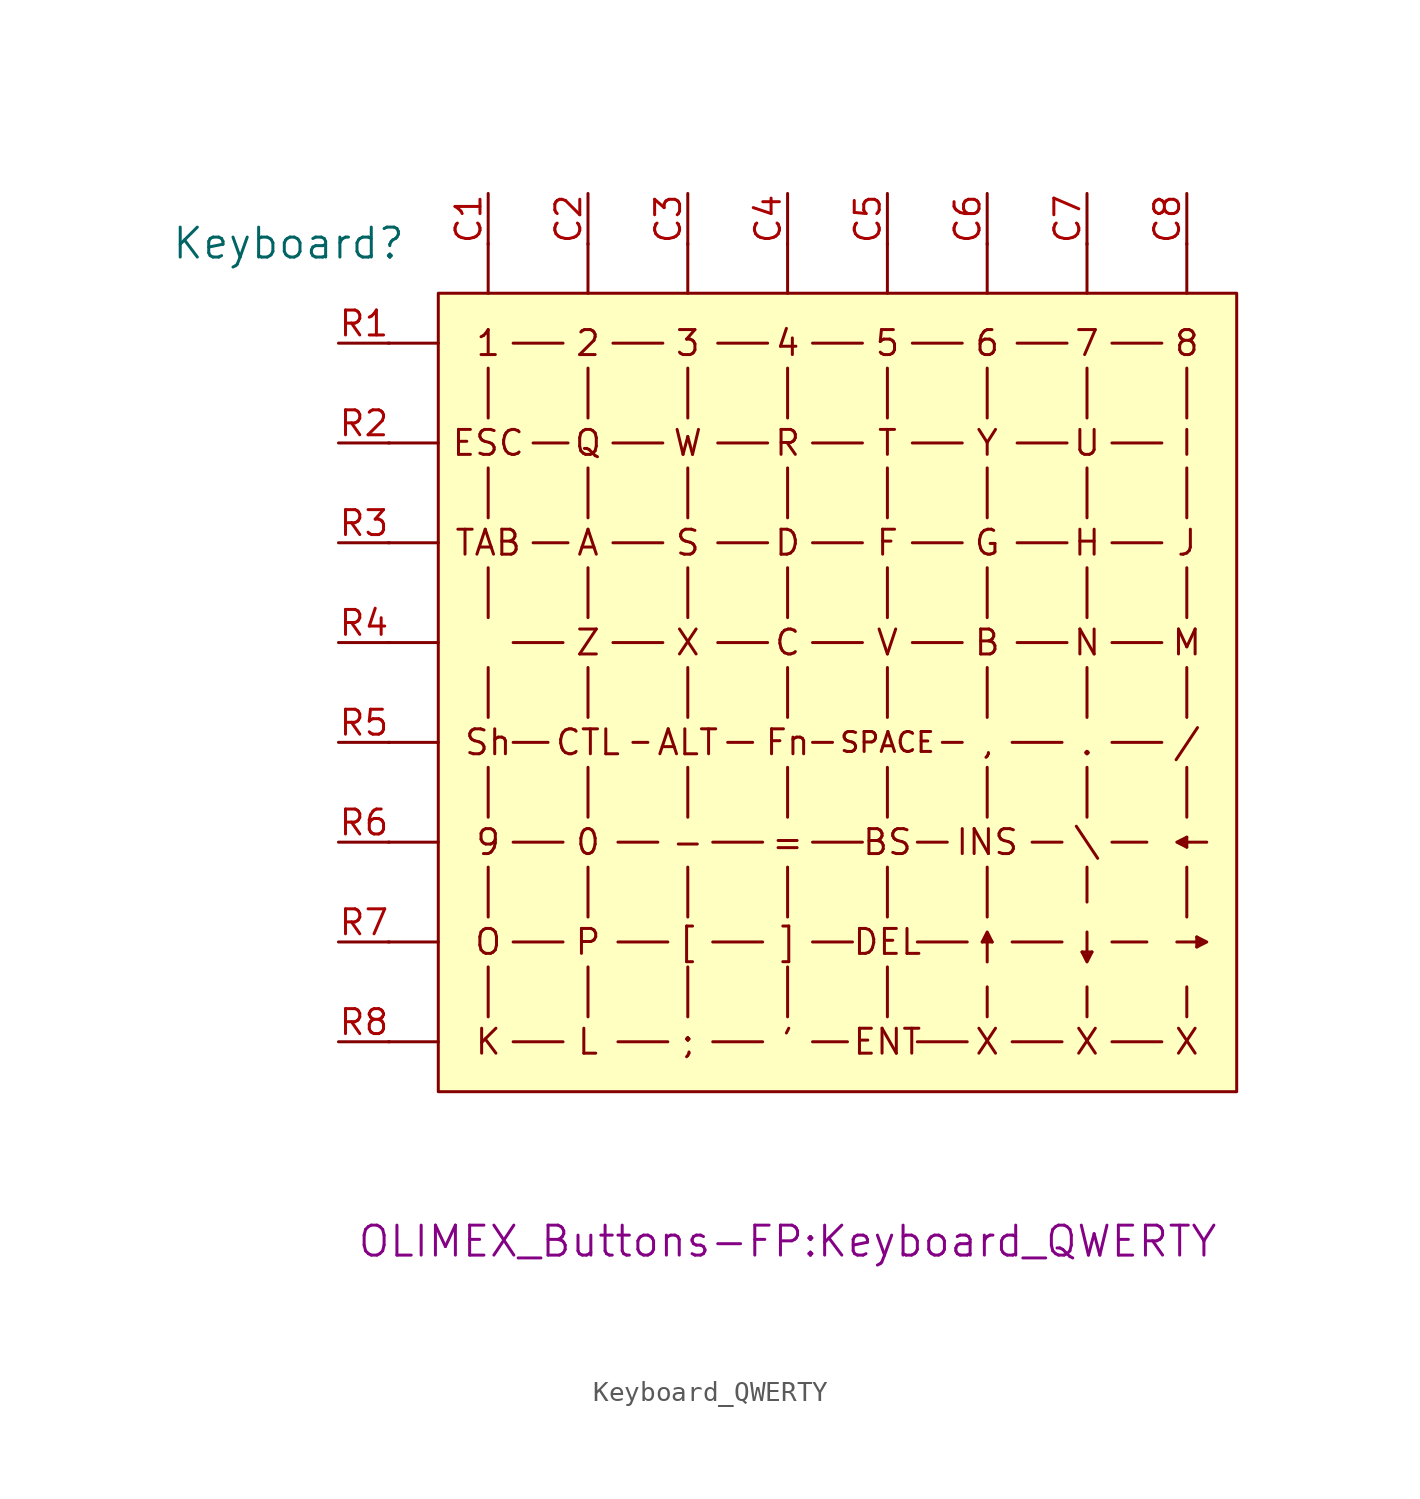
<source format=kicad_sym>
(kicad_symbol_lib
  (version 20220914)
  (generator kicad_symbol_editor)
  (symbol "Keyboard_QWERTY"
    (pin_names
      (offset 1.016))
    (property "Reference" "Keyboard"
      (at -25.4 20.32 0)
      (effects (font (size 1.524 1.524))))
    (property "Footprint" "OLIMEX_Buttons-FP:Keyboard_QWERTY"
      (at 0 -30.48 0)
      (effects (font (size 1.524 1.524))))
    (symbol "Keyboard_QWERTY_1_1"
      (rectangle (start -17.78 17.78) (end 22.86 -22.86) (stroke (width 0) (type default)) (fill (type background)))
      (polyline (pts (xy -20.32 -20.32) (xy -17.78 -20.32)) (stroke (width 0) (type default)) (fill (type none)))
      (polyline (pts (xy -20.32 -15.24) (xy -17.78 -15.24)) (stroke (width 0) (type default)) (fill (type none)))
      (polyline (pts (xy -20.32 -10.16) (xy -17.78 -10.16)) (stroke (width 0) (type default)) (fill (type none)))
      (polyline (pts (xy -20.32 -5.08) (xy -17.78 -5.08)) (stroke (width 0) (type default)) (fill (type none)))
      (polyline (pts (xy -20.32 0) (xy -17.78 0)) (stroke (width 0) (type default)) (fill (type none)))
      (polyline (pts (xy -20.32 5.08) (xy -17.78 5.08)) (stroke (width 0) (type default)) (fill (type none)))
      (polyline (pts (xy -20.32 10.16) (xy -17.78 10.16)) (stroke (width 0) (type default)) (fill (type none)))
      (polyline (pts (xy -20.32 15.24) (xy -17.78 15.24)) (stroke (width 0) (type default)) (fill (type none)))
      (polyline (pts (xy -15.24 -19.05) (xy -15.24 -16.51)) (stroke (width 0) (type default)) (fill (type none)))
      (polyline (pts (xy -15.24 -13.97) (xy -15.24 -11.43)) (stroke (width 0) (type default)) (fill (type none)))
      (polyline (pts (xy -15.24 -8.89) (xy -15.24 -6.35)) (stroke (width 0) (type default)) (fill (type none)))
      (polyline (pts (xy -15.24 -3.81) (xy -15.24 -1.27)) (stroke (width 0) (type default)) (fill (type none)))
      (polyline (pts (xy -15.24 1.27) (xy -15.24 3.81)) (stroke (width 0) (type default)) (fill (type none)))
      (polyline (pts (xy -15.24 6.35) (xy -15.24 8.89)) (stroke (width 0) (type default)) (fill (type none)))
      (polyline (pts (xy -15.24 11.43) (xy -15.24 13.97)) (stroke (width 0) (type default)) (fill (type none)))
      (polyline (pts (xy -15.24 20.32) (xy -15.24 17.78)) (stroke (width 0) (type default)) (fill (type none)))
      (polyline (pts (xy -13.97 -20.32) (xy -11.43 -20.32)) (stroke (width 0) (type default)) (fill (type none)))
      (polyline (pts (xy -13.97 -15.24) (xy -11.43 -15.24)) (stroke (width 0) (type default)) (fill (type none)))
      (polyline (pts (xy -13.97 -10.16) (xy -11.43 -10.16)) (stroke (width 0) (type default)) (fill (type none)))
      (polyline (pts (xy -13.97 -5.08) (xy -12.192 -5.08)) (stroke (width 0) (type default)) (fill (type none)))
      (polyline (pts (xy -13.97 0) (xy -11.43 0)) (stroke (width 0) (type default)) (fill (type none)))
      (polyline (pts (xy -13.97 15.24) (xy -11.43 15.24)) (stroke (width 0) (type default)) (fill (type none)))
      (polyline (pts (xy -12.954 5.08) (xy -11.176 5.08)) (stroke (width 0) (type default)) (fill (type none)))
      (polyline (pts (xy -12.954 10.16) (xy -11.176 10.16)) (stroke (width 0) (type default)) (fill (type none)))
      (polyline (pts (xy -10.16 -19.05) (xy -10.16 -16.51)) (stroke (width 0) (type default)) (fill (type none)))
      (polyline (pts (xy -10.16 -13.97) (xy -10.16 -11.43)) (stroke (width 0) (type default)) (fill (type none)))
      (polyline (pts (xy -10.16 -8.89) (xy -10.16 -6.35)) (stroke (width 0) (type default)) (fill (type none)))
      (polyline (pts (xy -10.16 -3.81) (xy -10.16 -1.27)) (stroke (width 0) (type default)) (fill (type none)))
      (polyline (pts (xy -10.16 1.27) (xy -10.16 3.81)) (stroke (width 0) (type default)) (fill (type none)))
      (polyline (pts (xy -10.16 6.35) (xy -10.16 8.89)) (stroke (width 0) (type default)) (fill (type none)))
      (polyline (pts (xy -10.16 11.43) (xy -10.16 13.97)) (stroke (width 0) (type default)) (fill (type none)))
      (polyline (pts (xy -10.16 20.32) (xy -10.16 17.78)) (stroke (width 0) (type default)) (fill (type none)))
      (polyline (pts (xy -8.89 0) (xy -6.35 0)) (stroke (width 0) (type default)) (fill (type none)))
      (polyline (pts (xy -8.89 5.08) (xy -6.35 5.08)) (stroke (width 0) (type default)) (fill (type none)))
      (polyline (pts (xy -8.89 10.16) (xy -6.35 10.16)) (stroke (width 0) (type default)) (fill (type none)))
      (polyline (pts (xy -8.89 15.24) (xy -6.35 15.24)) (stroke (width 0) (type default)) (fill (type none)))
      (polyline (pts (xy -8.636 -20.32) (xy -6.096 -20.32)) (stroke (width 0) (type default)) (fill (type none)))
      (polyline (pts (xy -8.636 -15.24) (xy -6.096 -15.24)) (stroke (width 0) (type default)) (fill (type none)))
      (polyline (pts (xy -8.636 -10.16) (xy -6.604 -10.16)) (stroke (width 0) (type default)) (fill (type none)))
      (polyline (pts (xy -7.874 -5.08) (xy -7.112 -5.08)) (stroke (width 0) (type default)) (fill (type none)))
      (polyline (pts (xy -5.08 -19.05) (xy -5.08 -16.51)) (stroke (width 0) (type default)) (fill (type none)))
      (polyline (pts (xy -5.08 -13.97) (xy -5.08 -11.43)) (stroke (width 0) (type default)) (fill (type none)))
      (polyline (pts (xy -5.08 -8.89) (xy -5.08 -6.35)) (stroke (width 0) (type default)) (fill (type none)))
      (polyline (pts (xy -5.08 -3.81) (xy -5.08 -1.27)) (stroke (width 0) (type default)) (fill (type none)))
      (polyline (pts (xy -5.08 1.27) (xy -5.08 3.81)) (stroke (width 0) (type default)) (fill (type none)))
      (polyline (pts (xy -5.08 6.35) (xy -5.08 8.89)) (stroke (width 0) (type default)) (fill (type none)))
      (polyline (pts (xy -5.08 11.43) (xy -5.08 13.97)) (stroke (width 0) (type default)) (fill (type none)))
      (polyline (pts (xy -5.08 20.32) (xy -5.08 17.78)) (stroke (width 0) (type default)) (fill (type none)))
      (polyline (pts (xy -3.81 -20.32) (xy -1.27 -20.32)) (stroke (width 0) (type default)) (fill (type none)))
      (polyline (pts (xy -3.81 -15.24) (xy -1.27 -15.24)) (stroke (width 0) (type default)) (fill (type none)))
      (polyline (pts (xy -3.81 -10.16) (xy -1.27 -10.16)) (stroke (width 0) (type default)) (fill (type none)))
      (polyline (pts (xy -3.556 0) (xy -1.016 0)) (stroke (width 0) (type default)) (fill (type none)))
      (polyline (pts (xy -3.556 5.08) (xy -1.016 5.08)) (stroke (width 0) (type default)) (fill (type none)))
      (polyline (pts (xy -3.556 10.16) (xy -1.016 10.16)) (stroke (width 0) (type default)) (fill (type none)))
      (polyline (pts (xy -3.556 15.24) (xy -1.016 15.24)) (stroke (width 0) (type default)) (fill (type none)))
      (polyline (pts (xy -3.048 -5.08) (xy -1.778 -5.08)) (stroke (width 0) (type default)) (fill (type none)))
      (polyline (pts (xy 0 -19.05) (xy 0 -16.51)) (stroke (width 0) (type default)) (fill (type none)))
      (polyline (pts (xy 0 -13.97) (xy 0 -11.43)) (stroke (width 0) (type default)) (fill (type none)))
      (polyline (pts (xy 0 -8.89) (xy 0 -6.35)) (stroke (width 0) (type default)) (fill (type none)))
      (polyline (pts (xy 0 -3.81) (xy 0 -1.27)) (stroke (width 0) (type default)) (fill (type none)))
      (polyline (pts (xy 0 1.27) (xy 0 3.81)) (stroke (width 0) (type default)) (fill (type none)))
      (polyline (pts (xy 0 6.35) (xy 0 8.89)) (stroke (width 0) (type default)) (fill (type none)))
      (polyline (pts (xy 0 11.43) (xy 0 13.97)) (stroke (width 0) (type default)) (fill (type none)))
      (polyline (pts (xy 0 20.32) (xy 0 17.78)) (stroke (width 0) (type default)) (fill (type none)))
      (polyline (pts (xy 1.27 -20.32) (xy 3.048 -20.32)) (stroke (width 0) (type default)) (fill (type none)))
      (polyline (pts (xy 1.27 -15.24) (xy 3.302 -15.24)) (stroke (width 0) (type default)) (fill (type none)))
      (polyline (pts (xy 1.27 -10.16) (xy 3.81 -10.16)) (stroke (width 0) (type default)) (fill (type none)))
      (polyline (pts (xy 1.27 -5.08) (xy 2.286 -5.08)) (stroke (width 0) (type default)) (fill (type none)))
      (polyline (pts (xy 1.27 0) (xy 3.81 0)) (stroke (width 0) (type default)) (fill (type none)))
      (polyline (pts (xy 1.27 5.08) (xy 3.81 5.08)) (stroke (width 0) (type default)) (fill (type none)))
      (polyline (pts (xy 1.27 10.16) (xy 3.81 10.16)) (stroke (width 0) (type default)) (fill (type none)))
      (polyline (pts (xy 1.27 15.24) (xy 3.81 15.24)) (stroke (width 0) (type default)) (fill (type none)))
      (polyline (pts (xy 5.08 -19.05) (xy 5.08 -16.51)) (stroke (width 0) (type default)) (fill (type none)))
      (polyline (pts (xy 5.08 -13.97) (xy 5.08 -11.43)) (stroke (width 0) (type default)) (fill (type none)))
      (polyline (pts (xy 5.08 -8.89) (xy 5.08 -6.35)) (stroke (width 0) (type default)) (fill (type none)))
      (polyline (pts (xy 5.08 -3.81) (xy 5.08 -1.27)) (stroke (width 0) (type default)) (fill (type none)))
      (polyline (pts (xy 5.08 1.27) (xy 5.08 3.81)) (stroke (width 0) (type default)) (fill (type none)))
      (polyline (pts (xy 5.08 6.35) (xy 5.08 8.89)) (stroke (width 0) (type default)) (fill (type none)))
      (polyline (pts (xy 5.08 11.43) (xy 5.08 13.97)) (stroke (width 0) (type default)) (fill (type none)))
      (polyline (pts (xy 5.08 20.32) (xy 5.08 17.78)) (stroke (width 0) (type default)) (fill (type none)))
      (polyline (pts (xy 6.35 0) (xy 8.89 0)) (stroke (width 0) (type default)) (fill (type none)))
      (polyline (pts (xy 6.35 5.08) (xy 8.89 5.08)) (stroke (width 0) (type default)) (fill (type none)))
      (polyline (pts (xy 6.35 10.16) (xy 8.89 10.16)) (stroke (width 0) (type default)) (fill (type none)))
      (polyline (pts (xy 6.35 15.24) (xy 8.89 15.24)) (stroke (width 0) (type default)) (fill (type none)))
      (polyline (pts (xy 6.604 -20.32) (xy 9.144 -20.32)) (stroke (width 0) (type default)) (fill (type none)))
      (polyline (pts (xy 6.604 -15.24) (xy 9.144 -15.24)) (stroke (width 0) (type default)) (fill (type none)))
      (polyline (pts (xy 6.604 -10.16) (xy 8.128 -10.16)) (stroke (width 0) (type default)) (fill (type none)))
      (polyline (pts (xy 7.874 -5.08) (xy 8.89 -5.08)) (stroke (width 0) (type default)) (fill (type none)))
      (polyline (pts (xy 10.16 -19.05) (xy 10.16 -17.526)) (stroke (width 0) (type default)) (fill (type none)))
      (polyline (pts (xy 10.16 -14.986) (xy 9.906 -15.24)) (stroke (width 0) (type default)) (fill (type none)))
      (polyline (pts (xy 10.16 -14.986) (xy 10.414 -15.24)) (stroke (width 0) (type default)) (fill (type none)))
      (polyline (pts (xy 10.16 -13.97) (xy 10.16 -11.43)) (stroke (width 0) (type default)) (fill (type none)))
      (polyline (pts (xy 10.16 -8.89) (xy 10.16 -6.35)) (stroke (width 0) (type default)) (fill (type none)))
      (polyline (pts (xy 10.16 -3.81) (xy 10.16 -1.27)) (stroke (width 0) (type default)) (fill (type none)))
      (polyline (pts (xy 10.16 1.27) (xy 10.16 3.81)) (stroke (width 0) (type default)) (fill (type none)))
      (polyline (pts (xy 10.16 6.35) (xy 10.16 8.89)) (stroke (width 0) (type default)) (fill (type none)))
      (polyline (pts (xy 10.16 11.43) (xy 10.16 13.97)) (stroke (width 0) (type default)) (fill (type none)))
      (polyline (pts (xy 10.16 20.32) (xy 10.16 17.78)) (stroke (width 0) (type default)) (fill (type none)))
      (polyline (pts (xy 11.43 -20.32) (xy 13.97 -20.32)) (stroke (width 0) (type default)) (fill (type none)))
      (polyline (pts (xy 11.43 -15.24) (xy 13.97 -15.24)) (stroke (width 0) (type default)) (fill (type none)))
      (polyline (pts (xy 11.43 -5.08) (xy 13.97 -5.08)) (stroke (width 0) (type default)) (fill (type none)))
      (polyline (pts (xy 11.684 0) (xy 14.224 0)) (stroke (width 0) (type default)) (fill (type none)))
      (polyline (pts (xy 11.684 5.08) (xy 14.224 5.08)) (stroke (width 0) (type default)) (fill (type none)))
      (polyline (pts (xy 11.684 10.16) (xy 14.224 10.16)) (stroke (width 0) (type default)) (fill (type none)))
      (polyline (pts (xy 11.684 15.24) (xy 14.224 15.24)) (stroke (width 0) (type default)) (fill (type none)))
      (polyline (pts (xy 12.446 -10.16) (xy 13.97 -10.16)) (stroke (width 0) (type default)) (fill (type none)))
      (polyline (pts (xy 15.24 -19.05) (xy 15.24 -17.526)) (stroke (width 0) (type default)) (fill (type none)))
      (polyline (pts (xy 15.24 -16.002) (xy 14.986 -15.748)) (stroke (width 0) (type default)) (fill (type none)))
      (polyline (pts (xy 15.24 -16.002) (xy 15.494 -15.748)) (stroke (width 0) (type default)) (fill (type none)))
      (polyline (pts (xy 15.24 -13.208) (xy 15.24 -11.43)) (stroke (width 0) (type default)) (fill (type none)))
      (polyline (pts (xy 15.24 -8.89) (xy 15.24 -6.35)) (stroke (width 0) (type default)) (fill (type none)))
      (polyline (pts (xy 15.24 -3.81) (xy 15.24 -1.27)) (stroke (width 0) (type default)) (fill (type none)))
      (polyline (pts (xy 15.24 1.27) (xy 15.24 3.81)) (stroke (width 0) (type default)) (fill (type none)))
      (polyline (pts (xy 15.24 6.35) (xy 15.24 8.89)) (stroke (width 0) (type default)) (fill (type none)))
      (polyline (pts (xy 15.24 11.43) (xy 15.24 13.97)) (stroke (width 0) (type default)) (fill (type none)))
      (polyline (pts (xy 15.24 20.32) (xy 15.24 17.78)) (stroke (width 0) (type default)) (fill (type none)))
      (polyline (pts (xy 16.51 -20.32) (xy 19.05 -20.32)) (stroke (width 0) (type default)) (fill (type none)))
      (polyline (pts (xy 16.51 -15.24) (xy 18.288 -15.24)) (stroke (width 0) (type default)) (fill (type none)))
      (polyline (pts (xy 16.51 -10.16) (xy 18.288 -10.16)) (stroke (width 0) (type default)) (fill (type none)))
      (polyline (pts (xy 16.51 -5.08) (xy 19.05 -5.08)) (stroke (width 0) (type default)) (fill (type none)))
      (polyline (pts (xy 16.51 0) (xy 19.05 0)) (stroke (width 0) (type default)) (fill (type none)))
      (polyline (pts (xy 16.51 5.08) (xy 19.05 5.08)) (stroke (width 0) (type default)) (fill (type none)))
      (polyline (pts (xy 16.51 10.16) (xy 19.05 10.16)) (stroke (width 0) (type default)) (fill (type none)))
      (polyline (pts (xy 16.51 15.24) (xy 19.05 15.24)) (stroke (width 0) (type default)) (fill (type none)))
      (polyline (pts (xy 20.066 -10.16) (xy 20.32 -10.414)) (stroke (width 0) (type default)) (fill (type none)))
      (polyline (pts (xy 20.066 -10.16) (xy 20.32 -9.906)) (stroke (width 0) (type default)) (fill (type none)))
      (polyline (pts (xy 20.32 -19.05) (xy 20.32 -17.526)) (stroke (width 0) (type default)) (fill (type none)))
      (polyline (pts (xy 20.32 -13.97) (xy 20.32 -11.43)) (stroke (width 0) (type default)) (fill (type none)))
      (polyline (pts (xy 20.32 -8.89) (xy 20.32 -6.35)) (stroke (width 0) (type default)) (fill (type none)))
      (polyline (pts (xy 20.32 -3.81) (xy 20.32 -1.27)) (stroke (width 0) (type default)) (fill (type none)))
      (polyline (pts (xy 20.32 1.27) (xy 20.32 3.81)) (stroke (width 0) (type default)) (fill (type none)))
      (polyline (pts (xy 20.32 6.35) (xy 20.32 8.89)) (stroke (width 0) (type default)) (fill (type none)))
      (polyline (pts (xy 20.32 11.43) (xy 20.32 13.97)) (stroke (width 0) (type default)) (fill (type none)))
      (polyline (pts (xy 20.32 20.32) (xy 20.32 17.78)) (stroke (width 0) (type default)) (fill (type none)))
      (polyline (pts (xy 21.082 -15.24) (xy 20.828 -15.494)) (stroke (width 0) (type default)) (fill (type none)))
      (polyline (pts (xy 21.082 -15.24) (xy 20.828 -14.986)) (stroke (width 0) (type default)) (fill (type none)))
      (polyline (pts (xy 10.16 -16.256) (xy 10.16 -14.732) (xy 9.906 -15.24) (xy 10.414 -15.24) (xy 10.16 -14.732)) (stroke (width 0) (type default)) (fill (type none)))
      (polyline (pts (xy 15.24 -14.732) (xy 15.24 -16.256) (xy 15.494 -15.748) (xy 14.986 -15.748) (xy 15.24 -16.256)) (stroke (width 0) (type default)) (fill (type none)))
      (polyline (pts (xy 19.812 -15.24) (xy 21.336 -15.24) (xy 20.828 -14.986) (xy 20.828 -15.494) (xy 21.336 -15.24)) (stroke (width 0) (type default)) (fill (type none)))
      (polyline (pts (xy 21.336 -10.16) (xy 19.812 -10.16) (xy 20.32 -10.414) (xy 20.32 -9.906) (xy 19.812 -10.16)) (stroke (width 0) (type default)) (fill (type none)))
      (text "'" (at 0 -20.32 0) (effects (font (size 1.27 1.27))))
      (text "," (at 10.16 -5.08 0) (effects (font (size 1.27 1.27))))
      (text "-" (at -5.08 -10.16 0) (effects (font (size 1.27 1.27))))
      (text "." (at 15.24 -5.08 0) (effects (font (size 1.27 1.27))))
      (text "/" (at 20.32 -5.08 0) (effects (font (size 1.27 1.27))))
      (text "0" (at -10.16 -10.16 0) (effects (font (size 1.27 1.27))))
      (text "1" (at -15.24 15.24 0) (effects (font (size 1.27 1.27))))
      (text "2" (at -10.16 15.24 0) (effects (font (size 1.27 1.27))))
      (text "3" (at -5.08 15.24 0) (effects (font (size 1.27 1.27))))
      (text "4" (at 0 15.24 0) (effects (font (size 1.27 1.27))))
      (text "5" (at 5.08 15.24 0) (effects (font (size 1.27 1.27))))
      (text "6" (at 10.16 15.24 0) (effects (font (size 1.27 1.27))))
      (text "7" (at 15.24 15.24 0) (effects (font (size 1.27 1.27))))
      (text "8" (at 20.32 15.24 0) (effects (font (size 1.27 1.27))))
      (text "9" (at -15.24 -10.16 0) (effects (font (size 1.27 1.27))))
      (text ";" (at -5.08 -20.32 0) (effects (font (size 1.27 1.27))))
      (text "=" (at 0 -10.16 0) (effects (font (size 1.27 1.27))))
      (text "[" (at -5.08 -15.24 0) (effects (font (size 1.27 1.27))))
      (text "\\" (at 15.24 -10.16 0) (effects (font (size 1.27 1.27))))
      (text "]" (at 0 -15.24 0) (effects (font (size 1.27 1.27))))
      (text "A" (at -10.16 5.08 0) (effects (font (size 1.27 1.27))))
      (text "ALT" (at -5.08 -5.08 0) (effects (font (size 1.27 1.27))))
      (text "B" (at 10.16 0 0) (effects (font (size 1.27 1.27))))
      (text "BS" (at 5.08 -10.16 0) (effects (font (size 1.27 1.27))))
      (text "C" (at 0 0 0) (effects (font (size 1.27 1.27))))
      (text "CTL" (at -10.16 -5.08 0) (effects (font (size 1.27 1.27))))
      (text "D" (at 0 5.08 0) (effects (font (size 1.27 1.27))))
      (text "DEL" (at 5.08 -15.24 0) (effects (font (size 1.27 1.27))))
      (text "ENT" (at 5.08 -20.32 0) (effects (font (size 1.27 1.27))))
      (text "ESC" (at -15.24 10.16 0) (effects (font (size 1.27 1.27))))
      (text "F" (at 5.08 5.08 0) (effects (font (size 1.27 1.27))))
      (text "Fn" (at 0 -5.08 0) (effects (font (size 1.27 1.27))))
      (text "G" (at 10.16 5.08 0) (effects (font (size 1.27 1.27))))
      (text "H" (at 15.24 5.08 0) (effects (font (size 1.27 1.27))))
      (text "I" (at 20.32 10.16 0) (effects (font (size 1.27 1.27))))
      (text "INS" (at 10.16 -10.16 0) (effects (font (size 1.27 1.27))))
      (text "J" (at 20.32 5.08 0) (effects (font (size 1.27 1.27))))
      (text "K" (at -15.24 -20.32 0) (effects (font (size 1.27 1.27))))
      (text "L" (at -10.16 -20.32 0) (effects (font (size 1.27 1.27))))
      (text "M" (at 20.32 0 0) (effects (font (size 1.27 1.27))))
      (text "N" (at 15.24 0 0) (effects (font (size 1.27 1.27))))
      (text "O" (at -15.24 -15.24 0) (effects (font (size 1.27 1.27))))
      (text "P" (at -10.16 -15.24 0) (effects (font (size 1.27 1.27))))
      (text "Q" (at -10.16 10.16 0) (effects (font (size 1.27 1.27))))
      (text "R" (at 0 10.16 0) (effects (font (size 1.27 1.27))))
      (text "S" (at -5.08 5.08 0) (effects (font (size 1.27 1.27))))
      (text "Sh" (at -15.24 -5.08 0) (effects (font (size 1.27 1.27))))
      (text "SPACE" (at 5.08 -5.08 0) (effects (font (size 1.016 1.016))))
      (text "T" (at 5.08 10.16 0) (effects (font (size 1.27 1.27))))
      (text "TAB" (at -15.24 5.08 0) (effects (font (size 1.27 1.27))))
      (text "U" (at 15.24 10.16 0) (effects (font (size 1.27 1.27))))
      (text "V" (at 5.08 0 0) (effects (font (size 1.27 1.27))))
      (text "W" (at -5.08 10.16 0) (effects (font (size 1.27 1.27))))
      (text "X" (at -5.08 0 0) (effects (font (size 1.27 1.27))))
      (text "X" (at 10.16 -20.32 0) (effects (font (size 1.27 1.27))))
      (text "X" (at 15.24 -20.32 0) (effects (font (size 1.27 1.27))))
      (text "X" (at 20.32 -20.32 0) (effects (font (size 1.27 1.27))))
      (text "Y" (at 10.16 10.16 0) (effects (font (size 1.27 1.27))))
      (text "Z" (at -10.16 0 0) (effects (font (size 1.27 1.27))))
      (text "~" (at -15.24 0 0) (effects (font (size 1.27 1.27))))
      (pin passive line (at -15.24 22.86 270) (length 2.591) (name "~" (effects (font (size 1.27 1.27)))) (number "C1" (effects (font (size 1.27 1.27)))))
      (pin passive line (at -10.16 22.86 270) (length 2.591) (name "~" (effects (font (size 1.27 1.27)))) (number "C2" (effects (font (size 1.27 1.27)))))
      (pin passive line (at -5.08 22.86 270) (length 2.591) (name "~" (effects (font (size 1.27 1.27)))) (number "C3" (effects (font (size 1.27 1.27)))))
      (pin passive line (at 0 22.86 270) (length 2.591) (name "~" (effects (font (size 1.27 1.27)))) (number "C4" (effects (font (size 1.27 1.27)))))
      (pin passive line (at 5.08 22.86 270) (length 2.591) (name "~" (effects (font (size 1.27 1.27)))) (number "C5" (effects (font (size 1.27 1.27)))))
      (pin passive line (at 10.16 22.86 270) (length 2.591) (name "~" (effects (font (size 1.27 1.27)))) (number "C6" (effects (font (size 1.27 1.27)))))
      (pin passive line (at 15.24 22.86 270) (length 2.591) (name "~" (effects (font (size 1.27 1.27)))) (number "C7" (effects (font (size 1.27 1.27)))))
      (pin passive line (at 20.32 22.86 270) (length 2.591) (name "~" (effects (font (size 1.27 1.27)))) (number "C8" (effects (font (size 1.27 1.27)))))
      (pin passive line (at -22.86 15.24 0) (length 2.591) (name "~" (effects (font (size 1.27 1.27)))) (number "R1" (effects (font (size 1.27 1.27)))))
      (pin passive line (at -22.86 10.16 0) (length 2.591) (name "~" (effects (font (size 1.27 1.27)))) (number "R2" (effects (font (size 1.27 1.27)))))
      (pin passive line (at -22.86 5.08 0) (length 2.591) (name "~" (effects (font (size 1.27 1.27)))) (number "R3" (effects (font (size 1.27 1.27)))))
      (pin passive line (at -22.86 0 0) (length 2.591) (name "~" (effects (font (size 1.27 1.27)))) (number "R4" (effects (font (size 1.27 1.27)))))
      (pin passive line (at -22.86 -5.08 0) (length 2.591) (name "~" (effects (font (size 1.27 1.27)))) (number "R5" (effects (font (size 1.27 1.27)))))
      (pin passive line (at -22.86 -10.16 0) (length 2.591) (name "~" (effects (font (size 1.27 1.27)))) (number "R6" (effects (font (size 1.27 1.27)))))
      (pin passive line (at -22.86 -15.24 0) (length 2.591) (name "~" (effects (font (size 1.27 1.27)))) (number "R7" (effects (font (size 1.27 1.27)))))
      (pin passive line (at -22.86 -20.32 0) (length 2.591) (name "~" (effects (font (size 1.27 1.27)))) (number "R8" (effects (font (size 1.27 1.27))))))))
</source>
